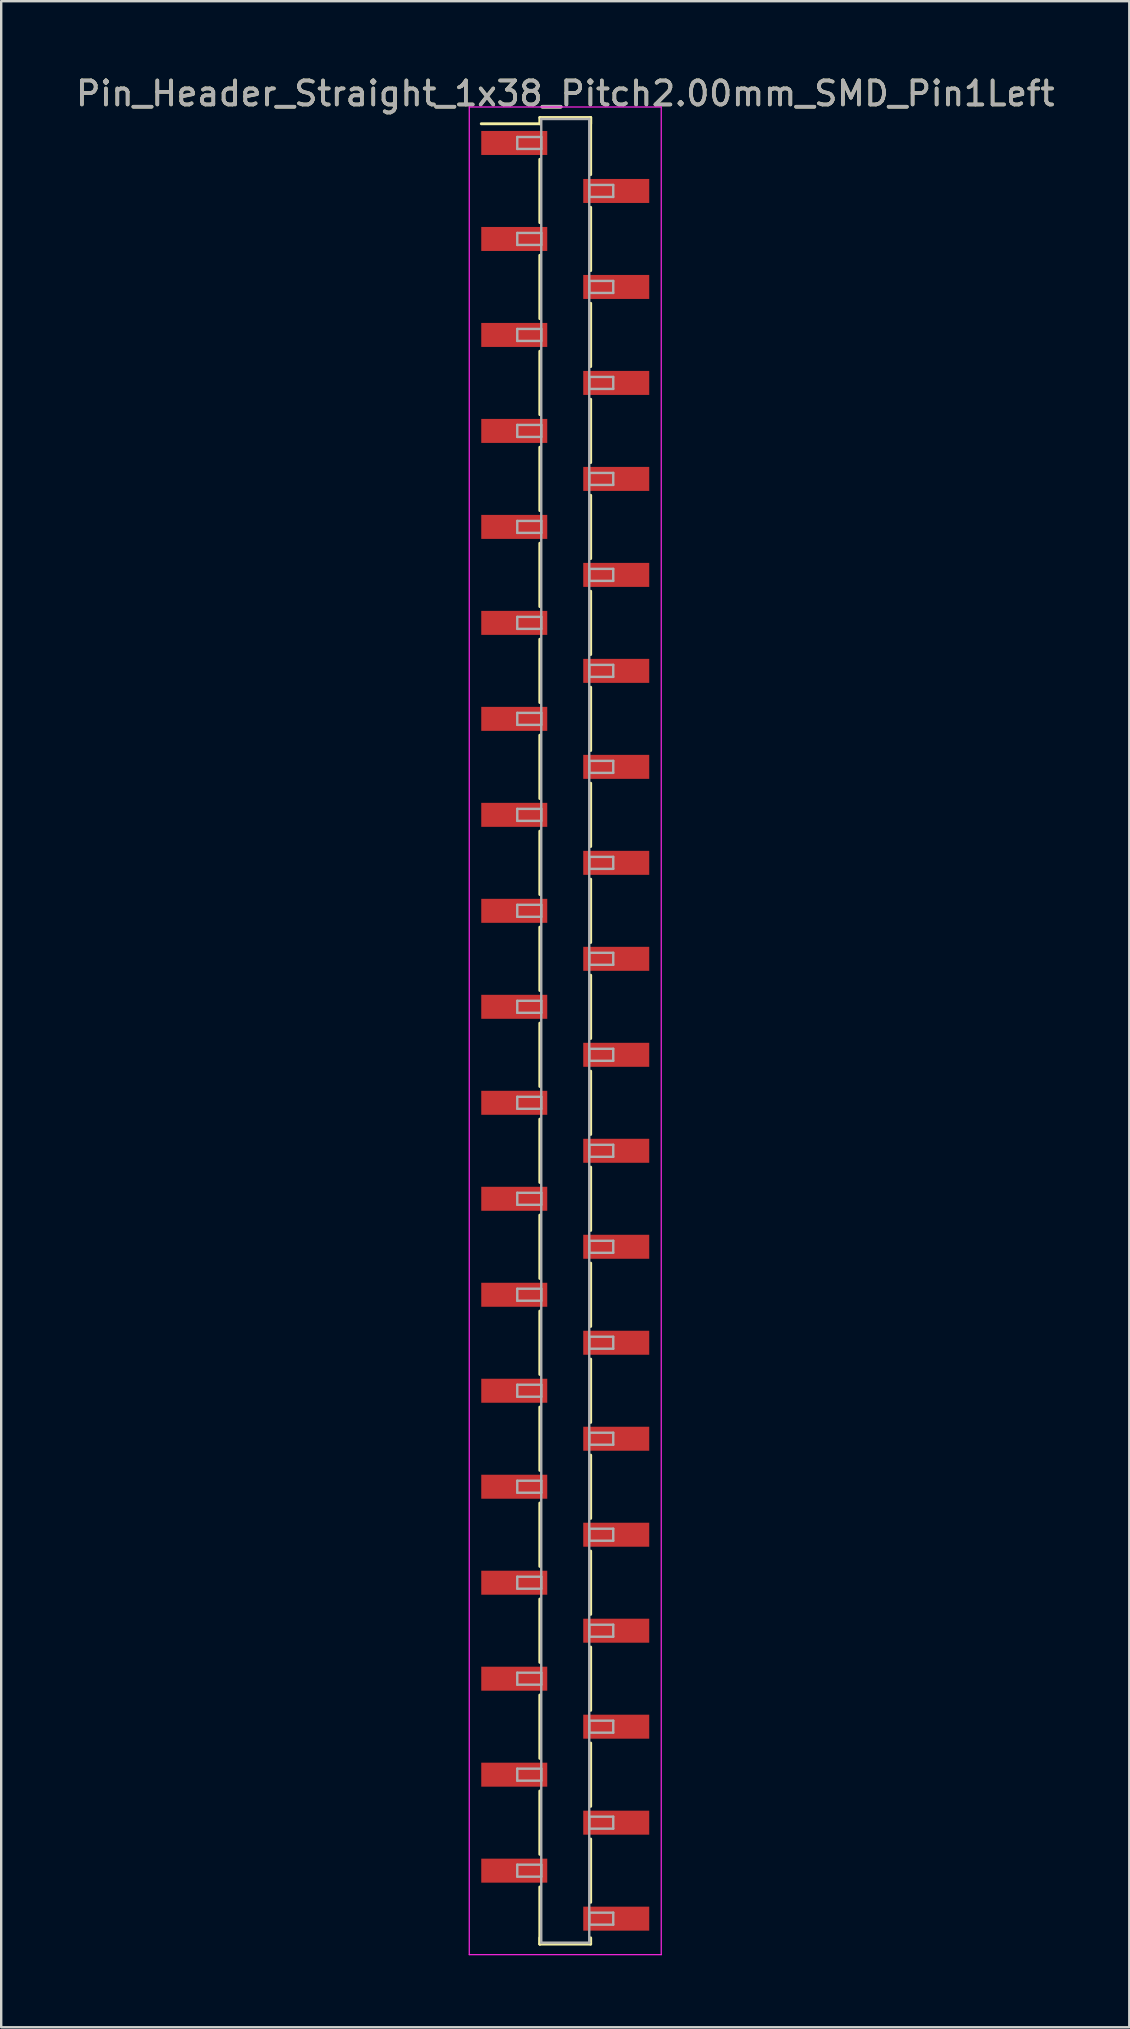
<source format=kicad_pcb>
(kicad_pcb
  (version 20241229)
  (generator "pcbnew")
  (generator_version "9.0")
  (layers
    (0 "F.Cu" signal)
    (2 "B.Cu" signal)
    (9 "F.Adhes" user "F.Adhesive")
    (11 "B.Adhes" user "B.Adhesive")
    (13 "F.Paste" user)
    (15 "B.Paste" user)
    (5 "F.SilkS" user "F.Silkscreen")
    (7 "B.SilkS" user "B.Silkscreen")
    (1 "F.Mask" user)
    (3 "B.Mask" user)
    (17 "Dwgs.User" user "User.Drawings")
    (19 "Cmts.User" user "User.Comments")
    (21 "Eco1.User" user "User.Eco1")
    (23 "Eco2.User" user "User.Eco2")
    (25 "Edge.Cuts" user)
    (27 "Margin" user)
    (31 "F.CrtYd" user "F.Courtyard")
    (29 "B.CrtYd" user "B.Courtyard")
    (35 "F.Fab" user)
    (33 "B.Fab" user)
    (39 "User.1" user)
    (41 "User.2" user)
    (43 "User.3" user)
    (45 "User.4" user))
  (footprint "Pin_Header_Straight_1x38_Pitch2.00mm_SMD_Pin1Left"
    (layer "F.Cu")
    (at 20.506 39.908)
    (property "Reference" "Pin_Header_Straight_1x38_Pitch2.00mm_SMD_Pin1Left" (at 0 -39.06 0) (layer "F.SilkS") (effects (font (size 1 1) (thickness 0.15))))
    (attr smd)
    (fp_line (start -1.06 -38.06) (end 1.06 -38.06) (stroke (width 0.12) (type solid)) (layer "F.SilkS"))
    (fp_line (start -1.06 -37.8) (end -3.5 -37.8) (stroke (width 0.12) (type solid)) (layer "F.SilkS"))
    (fp_line (start -1.06 -37.8) (end -1.06 -38.06) (stroke (width 0.12) (type solid)) (layer "F.SilkS"))
    (fp_line (start -1.06 -36.32) (end -1.06 -33.68) (stroke (width 0.12) (type solid)) (layer "F.SilkS"))
    (fp_line (start -1.06 -32.32) (end -1.06 -29.68) (stroke (width 0.12) (type solid)) (layer "F.SilkS"))
    (fp_line (start -1.06 -28.32) (end -1.06 -25.68) (stroke (width 0.12) (type solid)) (layer "F.SilkS"))
    (fp_line (start -1.06 -24.32) (end -1.06 -21.68) (stroke (width 0.12) (type solid)) (layer "F.SilkS"))
    (fp_line (start -1.06 -20.32) (end -1.06 -17.68) (stroke (width 0.12) (type solid)) (layer "F.SilkS"))
    (fp_line (start -1.06 -16.32) (end -1.06 -13.68) (stroke (width 0.12) (type solid)) (layer "F.SilkS"))
    (fp_line (start -1.06 -12.32) (end -1.06 -9.68) (stroke (width 0.12) (type solid)) (layer "F.SilkS"))
    (fp_line (start -1.06 -8.32) (end -1.06 -5.68) (stroke (width 0.12) (type solid)) (layer "F.SilkS"))
    (fp_line (start -1.06 -4.32) (end -1.06 -1.68) (stroke (width 0.12) (type solid)) (layer "F.SilkS"))
    (fp_line (start -1.06 -0.32) (end -1.06 2.32) (stroke (width 0.12) (type solid)) (layer "F.SilkS"))
    (fp_line (start -1.06 3.68) (end -1.06 6.32) (stroke (width 0.12) (type solid)) (layer "F.SilkS"))
    (fp_line (start -1.06 7.68) (end -1.06 10.32) (stroke (width 0.12) (type solid)) (layer "F.SilkS"))
    (fp_line (start -1.06 11.68) (end -1.06 14.32) (stroke (width 0.12) (type solid)) (layer "F.SilkS"))
    (fp_line (start -1.06 15.68) (end -1.06 18.32) (stroke (width 0.12) (type solid)) (layer "F.SilkS"))
    (fp_line (start -1.06 19.68) (end -1.06 22.32) (stroke (width 0.12) (type solid)) (layer "F.SilkS"))
    (fp_line (start -1.06 23.68) (end -1.06 26.32) (stroke (width 0.12) (type solid)) (layer "F.SilkS"))
    (fp_line (start -1.06 27.68) (end -1.06 30.32) (stroke (width 0.12) (type solid)) (layer "F.SilkS"))
    (fp_line (start -1.06 31.68) (end -1.06 34.32) (stroke (width 0.12) (type solid)) (layer "F.SilkS"))
    (fp_line (start -1.06 35.68) (end -1.06 38.06) (stroke (width 0.12) (type solid)) (layer "F.SilkS"))
    (fp_line (start -1.06 37.8) (end -1.06 38.06) (stroke (width 0.12) (type solid)) (layer "F.SilkS"))
    (fp_line (start -1.06 38.06) (end 1.06 38.06) (stroke (width 0.12) (type solid)) (layer "F.SilkS"))
    (fp_line (start 1.06 -38.06) (end 1.06 -37.8) (stroke (width 0.12) (type solid)) (layer "F.SilkS"))
    (fp_line (start 1.06 -38.06) (end 1.06 -35.68) (stroke (width 0.12) (type solid)) (layer "F.SilkS"))
    (fp_line (start 1.06 -34.32) (end 1.06 -31.68) (stroke (width 0.12) (type solid)) (layer "F.SilkS"))
    (fp_line (start 1.06 -30.32) (end 1.06 -27.68) (stroke (width 0.12) (type solid)) (layer "F.SilkS"))
    (fp_line (start 1.06 -26.32) (end 1.06 -23.68) (stroke (width 0.12) (type solid)) (layer "F.SilkS"))
    (fp_line (start 1.06 -22.32) (end 1.06 -19.68) (stroke (width 0.12) (type solid)) (layer "F.SilkS"))
    (fp_line (start 1.06 -18.32) (end 1.06 -15.68) (stroke (width 0.12) (type solid)) (layer "F.SilkS"))
    (fp_line (start 1.06 -14.32) (end 1.06 -11.68) (stroke (width 0.12) (type solid)) (layer "F.SilkS"))
    (fp_line (start 1.06 -10.32) (end 1.06 -7.68) (stroke (width 0.12) (type solid)) (layer "F.SilkS"))
    (fp_line (start 1.06 -6.32) (end 1.06 -3.68) (stroke (width 0.12) (type solid)) (layer "F.SilkS"))
    (fp_line (start 1.06 -2.32) (end 1.06 0.32) (stroke (width 0.12) (type solid)) (layer "F.SilkS"))
    (fp_line (start 1.06 1.68) (end 1.06 4.32) (stroke (width 0.12) (type solid)) (layer "F.SilkS"))
    (fp_line (start 1.06 5.68) (end 1.06 8.32) (stroke (width 0.12) (type solid)) (layer "F.SilkS"))
    (fp_line (start 1.06 9.68) (end 1.06 12.32) (stroke (width 0.12) (type solid)) (layer "F.SilkS"))
    (fp_line (start 1.06 13.68) (end 1.06 16.32) (stroke (width 0.12) (type solid)) (layer "F.SilkS"))
    (fp_line (start 1.06 17.68) (end 1.06 20.32) (stroke (width 0.12) (type solid)) (layer "F.SilkS"))
    (fp_line (start 1.06 21.68) (end 1.06 24.32) (stroke (width 0.12) (type solid)) (layer "F.SilkS"))
    (fp_line (start 1.06 25.68) (end 1.06 28.32) (stroke (width 0.12) (type solid)) (layer "F.SilkS"))
    (fp_line (start 1.06 29.68) (end 1.06 32.32) (stroke (width 0.12) (type solid)) (layer "F.SilkS"))
    (fp_line (start 1.06 33.68) (end 1.06 36.32) (stroke (width 0.12) (type solid)) (layer "F.SilkS"))
    (fp_line (start 1.06 38.06) (end 1.06 37.8) (stroke (width 0.12) (type solid)) (layer "F.SilkS"))
    (fp_line (start -4 -38.5) (end -4 38.5) (stroke (width 0.05) (type solid)) (layer "F.CrtYd"))
    (fp_line (start -4 38.5) (end 4 38.5) (stroke (width 0.05) (type solid)) (layer "F.CrtYd"))
    (fp_line (start 4 -38.5) (end -4 -38.5) (stroke (width 0.05) (type solid)) (layer "F.CrtYd"))
    (fp_line (start 4 38.5) (end 4 -38.5) (stroke (width 0.05) (type solid)) (layer "F.CrtYd"))
    (fp_line (start -2 -37.25) (end -1 -37.25) (stroke (width 0.1) (type solid)) (layer "F.Fab"))
    (fp_line (start -2 -36.75) (end -2 -37.25) (stroke (width 0.1) (type solid)) (layer "F.Fab"))
    (fp_line (start -2 -33.25) (end -1 -33.25) (stroke (width 0.1) (type solid)) (layer "F.Fab"))
    (fp_line (start -2 -32.75) (end -2 -33.25) (stroke (width 0.1) (type solid)) (layer "F.Fab"))
    (fp_line (start -2 -29.25) (end -1 -29.25) (stroke (width 0.1) (type solid)) (layer "F.Fab"))
    (fp_line (start -2 -28.75) (end -2 -29.25) (stroke (width 0.1) (type solid)) (layer "F.Fab"))
    (fp_line (start -2 -25.25) (end -1 -25.25) (stroke (width 0.1) (type solid)) (layer "F.Fab"))
    (fp_line (start -2 -24.75) (end -2 -25.25) (stroke (width 0.1) (type solid)) (layer "F.Fab"))
    (fp_line (start -2 -21.25) (end -1 -21.25) (stroke (width 0.1) (type solid)) (layer "F.Fab"))
    (fp_line (start -2 -20.75) (end -2 -21.25) (stroke (width 0.1) (type solid)) (layer "F.Fab"))
    (fp_line (start -2 -17.25) (end -1 -17.25) (stroke (width 0.1) (type solid)) (layer "F.Fab"))
    (fp_line (start -2 -16.75) (end -2 -17.25) (stroke (width 0.1) (type solid)) (layer "F.Fab"))
    (fp_line (start -2 -13.25) (end -1 -13.25) (stroke (width 0.1) (type solid)) (layer "F.Fab"))
    (fp_line (start -2 -12.75) (end -2 -13.25) (stroke (width 0.1) (type solid)) (layer "F.Fab"))
    (fp_line (start -2 -9.25) (end -1 -9.25) (stroke (width 0.1) (type solid)) (layer "F.Fab"))
    (fp_line (start -2 -8.75) (end -2 -9.25) (stroke (width 0.1) (type solid)) (layer "F.Fab"))
    (fp_line (start -2 -5.25) (end -1 -5.25) (stroke (width 0.1) (type solid)) (layer "F.Fab"))
    (fp_line (start -2 -4.75) (end -2 -5.25) (stroke (width 0.1) (type solid)) (layer "F.Fab"))
    (fp_line (start -2 -1.25) (end -1 -1.25) (stroke (width 0.1) (type solid)) (layer "F.Fab"))
    (fp_line (start -2 -0.75) (end -2 -1.25) (stroke (width 0.1) (type solid)) (layer "F.Fab"))
    (fp_line (start -2 2.75) (end -1 2.75) (stroke (width 0.1) (type solid)) (layer "F.Fab"))
    (fp_line (start -2 3.25) (end -2 2.75) (stroke (width 0.1) (type solid)) (layer "F.Fab"))
    (fp_line (start -2 6.75) (end -1 6.75) (stroke (width 0.1) (type solid)) (layer "F.Fab"))
    (fp_line (start -2 7.25) (end -2 6.75) (stroke (width 0.1) (type solid)) (layer "F.Fab"))
    (fp_line (start -2 10.75) (end -1 10.75) (stroke (width 0.1) (type solid)) (layer "F.Fab"))
    (fp_line (start -2 11.25) (end -2 10.75) (stroke (width 0.1) (type solid)) (layer "F.Fab"))
    (fp_line (start -2 14.75) (end -1 14.75) (stroke (width 0.1) (type solid)) (layer "F.Fab"))
    (fp_line (start -2 15.25) (end -2 14.75) (stroke (width 0.1) (type solid)) (layer "F.Fab"))
    (fp_line (start -2 18.75) (end -1 18.75) (stroke (width 0.1) (type solid)) (layer "F.Fab"))
    (fp_line (start -2 19.25) (end -2 18.75) (stroke (width 0.1) (type solid)) (layer "F.Fab"))
    (fp_line (start -2 22.75) (end -1 22.75) (stroke (width 0.1) (type solid)) (layer "F.Fab"))
    (fp_line (start -2 23.25) (end -2 22.75) (stroke (width 0.1) (type solid)) (layer "F.Fab"))
    (fp_line (start -2 26.75) (end -1 26.75) (stroke (width 0.1) (type solid)) (layer "F.Fab"))
    (fp_line (start -2 27.25) (end -2 26.75) (stroke (width 0.1) (type solid)) (layer "F.Fab"))
    (fp_line (start -2 30.75) (end -1 30.75) (stroke (width 0.1) (type solid)) (layer "F.Fab"))
    (fp_line (start -2 31.25) (end -2 30.75) (stroke (width 0.1) (type solid)) (layer "F.Fab"))
    (fp_line (start -2 34.75) (end -1 34.75) (stroke (width 0.1) (type solid)) (layer "F.Fab"))
    (fp_line (start -2 35.25) (end -2 34.75) (stroke (width 0.1) (type solid)) (layer "F.Fab"))
    (fp_line (start -1 -38) (end -1 38) (stroke (width 0.1) (type solid)) (layer "F.Fab"))
    (fp_line (start -1 -37.25) (end -1 -36.75) (stroke (width 0.1) (type solid)) (layer "F.Fab"))
    (fp_line (start -1 -36.75) (end -2 -36.75) (stroke (width 0.1) (type solid)) (layer "F.Fab"))
    (fp_line (start -1 -33.25) (end -1 -32.75) (stroke (width 0.1) (type solid)) (layer "F.Fab"))
    (fp_line (start -1 -32.75) (end -2 -32.75) (stroke (width 0.1) (type solid)) (layer "F.Fab"))
    (fp_line (start -1 -29.25) (end -1 -28.75) (stroke (width 0.1) (type solid)) (layer "F.Fab"))
    (fp_line (start -1 -28.75) (end -2 -28.75) (stroke (width 0.1) (type solid)) (layer "F.Fab"))
    (fp_line (start -1 -25.25) (end -1 -24.75) (stroke (width 0.1) (type solid)) (layer "F.Fab"))
    (fp_line (start -1 -24.75) (end -2 -24.75) (stroke (width 0.1) (type solid)) (layer "F.Fab"))
    (fp_line (start -1 -21.25) (end -1 -20.75) (stroke (width 0.1) (type solid)) (layer "F.Fab"))
    (fp_line (start -1 -20.75) (end -2 -20.75) (stroke (width 0.1) (type solid)) (layer "F.Fab"))
    (fp_line (start -1 -17.25) (end -1 -16.75) (stroke (width 0.1) (type solid)) (layer "F.Fab"))
    (fp_line (start -1 -16.75) (end -2 -16.75) (stroke (width 0.1) (type solid)) (layer "F.Fab"))
    (fp_line (start -1 -13.25) (end -1 -12.75) (stroke (width 0.1) (type solid)) (layer "F.Fab"))
    (fp_line (start -1 -12.75) (end -2 -12.75) (stroke (width 0.1) (type solid)) (layer "F.Fab"))
    (fp_line (start -1 -9.25) (end -1 -8.75) (stroke (width 0.1) (type solid)) (layer "F.Fab"))
    (fp_line (start -1 -8.75) (end -2 -8.75) (stroke (width 0.1) (type solid)) (layer "F.Fab"))
    (fp_line (start -1 -5.25) (end -1 -4.75) (stroke (width 0.1) (type solid)) (layer "F.Fab"))
    (fp_line (start -1 -4.75) (end -2 -4.75) (stroke (width 0.1) (type solid)) (layer "F.Fab"))
    (fp_line (start -1 -1.25) (end -1 -0.75) (stroke (width 0.1) (type solid)) (layer "F.Fab"))
    (fp_line (start -1 -0.75) (end -2 -0.75) (stroke (width 0.1) (type solid)) (layer "F.Fab"))
    (fp_line (start -1 2.75) (end -1 3.25) (stroke (width 0.1) (type solid)) (layer "F.Fab"))
    (fp_line (start -1 3.25) (end -2 3.25) (stroke (width 0.1) (type solid)) (layer "F.Fab"))
    (fp_line (start -1 6.75) (end -1 7.25) (stroke (width 0.1) (type solid)) (layer "F.Fab"))
    (fp_line (start -1 7.25) (end -2 7.25) (stroke (width 0.1) (type solid)) (layer "F.Fab"))
    (fp_line (start -1 10.75) (end -1 11.25) (stroke (width 0.1) (type solid)) (layer "F.Fab"))
    (fp_line (start -1 11.25) (end -2 11.25) (stroke (width 0.1) (type solid)) (layer "F.Fab"))
    (fp_line (start -1 14.75) (end -1 15.25) (stroke (width 0.1) (type solid)) (layer "F.Fab"))
    (fp_line (start -1 15.25) (end -2 15.25) (stroke (width 0.1) (type solid)) (layer "F.Fab"))
    (fp_line (start -1 18.75) (end -1 19.25) (stroke (width 0.1) (type solid)) (layer "F.Fab"))
    (fp_line (start -1 19.25) (end -2 19.25) (stroke (width 0.1) (type solid)) (layer "F.Fab"))
    (fp_line (start -1 22.75) (end -1 23.25) (stroke (width 0.1) (type solid)) (layer "F.Fab"))
    (fp_line (start -1 23.25) (end -2 23.25) (stroke (width 0.1) (type solid)) (layer "F.Fab"))
    (fp_line (start -1 26.75) (end -1 27.25) (stroke (width 0.1) (type solid)) (layer "F.Fab"))
    (fp_line (start -1 27.25) (end -2 27.25) (stroke (width 0.1) (type solid)) (layer "F.Fab"))
    (fp_line (start -1 30.75) (end -1 31.25) (stroke (width 0.1) (type solid)) (layer "F.Fab"))
    (fp_line (start -1 31.25) (end -2 31.25) (stroke (width 0.1) (type solid)) (layer "F.Fab"))
    (fp_line (start -1 34.75) (end -1 35.25) (stroke (width 0.1) (type solid)) (layer "F.Fab"))
    (fp_line (start -1 35.25) (end -2 35.25) (stroke (width 0.1) (type solid)) (layer "F.Fab"))
    (fp_line (start -1 38) (end 1 38) (stroke (width 0.1) (type solid)) (layer "F.Fab"))
    (fp_line (start 1 -38) (end -1 -38) (stroke (width 0.1) (type solid)) (layer "F.Fab"))
    (fp_line (start 1 -35.25) (end 1 -34.75) (stroke (width 0.1) (type solid)) (layer "F.Fab"))
    (fp_line (start 1 -34.75) (end 2 -34.75) (stroke (width 0.1) (type solid)) (layer "F.Fab"))
    (fp_line (start 1 -31.25) (end 1 -30.75) (stroke (width 0.1) (type solid)) (layer "F.Fab"))
    (fp_line (start 1 -30.75) (end 2 -30.75) (stroke (width 0.1) (type solid)) (layer "F.Fab"))
    (fp_line (start 1 -27.25) (end 1 -26.75) (stroke (width 0.1) (type solid)) (layer "F.Fab"))
    (fp_line (start 1 -26.75) (end 2 -26.75) (stroke (width 0.1) (type solid)) (layer "F.Fab"))
    (fp_line (start 1 -23.25) (end 1 -22.75) (stroke (width 0.1) (type solid)) (layer "F.Fab"))
    (fp_line (start 1 -22.75) (end 2 -22.75) (stroke (width 0.1) (type solid)) (layer "F.Fab"))
    (fp_line (start 1 -19.25) (end 1 -18.75) (stroke (width 0.1) (type solid)) (layer "F.Fab"))
    (fp_line (start 1 -18.75) (end 2 -18.75) (stroke (width 0.1) (type solid)) (layer "F.Fab"))
    (fp_line (start 1 -15.25) (end 1 -14.75) (stroke (width 0.1) (type solid)) (layer "F.Fab"))
    (fp_line (start 1 -14.75) (end 2 -14.75) (stroke (width 0.1) (type solid)) (layer "F.Fab"))
    (fp_line (start 1 -11.25) (end 1 -10.75) (stroke (width 0.1) (type solid)) (layer "F.Fab"))
    (fp_line (start 1 -10.75) (end 2 -10.75) (stroke (width 0.1) (type solid)) (layer "F.Fab"))
    (fp_line (start 1 -7.25) (end 1 -6.75) (stroke (width 0.1) (type solid)) (layer "F.Fab"))
    (fp_line (start 1 -6.75) (end 2 -6.75) (stroke (width 0.1) (type solid)) (layer "F.Fab"))
    (fp_line (start 1 -3.25) (end 1 -2.75) (stroke (width 0.1) (type solid)) (layer "F.Fab"))
    (fp_line (start 1 -2.75) (end 2 -2.75) (stroke (width 0.1) (type solid)) (layer "F.Fab"))
    (fp_line (start 1 0.75) (end 1 1.25) (stroke (width 0.1) (type solid)) (layer "F.Fab"))
    (fp_line (start 1 1.25) (end 2 1.25) (stroke (width 0.1) (type solid)) (layer "F.Fab"))
    (fp_line (start 1 4.75) (end 1 5.25) (stroke (width 0.1) (type solid)) (layer "F.Fab"))
    (fp_line (start 1 5.25) (end 2 5.25) (stroke (width 0.1) (type solid)) (layer "F.Fab"))
    (fp_line (start 1 8.75) (end 1 9.25) (stroke (width 0.1) (type solid)) (layer "F.Fab"))
    (fp_line (start 1 9.25) (end 2 9.25) (stroke (width 0.1) (type solid)) (layer "F.Fab"))
    (fp_line (start 1 12.75) (end 1 13.25) (stroke (width 0.1) (type solid)) (layer "F.Fab"))
    (fp_line (start 1 13.25) (end 2 13.25) (stroke (width 0.1) (type solid)) (layer "F.Fab"))
    (fp_line (start 1 16.75) (end 1 17.25) (stroke (width 0.1) (type solid)) (layer "F.Fab"))
    (fp_line (start 1 17.25) (end 2 17.25) (stroke (width 0.1) (type solid)) (layer "F.Fab"))
    (fp_line (start 1 20.75) (end 1 21.25) (stroke (width 0.1) (type solid)) (layer "F.Fab"))
    (fp_line (start 1 21.25) (end 2 21.25) (stroke (width 0.1) (type solid)) (layer "F.Fab"))
    (fp_line (start 1 24.75) (end 1 25.25) (stroke (width 0.1) (type solid)) (layer "F.Fab"))
    (fp_line (start 1 25.25) (end 2 25.25) (stroke (width 0.1) (type solid)) (layer "F.Fab"))
    (fp_line (start 1 28.75) (end 1 29.25) (stroke (width 0.1) (type solid)) (layer "F.Fab"))
    (fp_line (start 1 29.25) (end 2 29.25) (stroke (width 0.1) (type solid)) (layer "F.Fab"))
    (fp_line (start 1 32.75) (end 1 33.25) (stroke (width 0.1) (type solid)) (layer "F.Fab"))
    (fp_line (start 1 33.25) (end 2 33.25) (stroke (width 0.1) (type solid)) (layer "F.Fab"))
    (fp_line (start 1 36.75) (end 1 37.25) (stroke (width 0.1) (type solid)) (layer "F.Fab"))
    (fp_line (start 1 37.25) (end 2 37.25) (stroke (width 0.1) (type solid)) (layer "F.Fab"))
    (fp_line (start 1 38) (end 1 -38) (stroke (width 0.1) (type solid)) (layer "F.Fab"))
    (fp_line (start 2 -35.25) (end 1 -35.25) (stroke (width 0.1) (type solid)) (layer "F.Fab"))
    (fp_line (start 2 -34.75) (end 2 -35.25) (stroke (width 0.1) (type solid)) (layer "F.Fab"))
    (fp_line (start 2 -31.25) (end 1 -31.25) (stroke (width 0.1) (type solid)) (layer "F.Fab"))
    (fp_line (start 2 -30.75) (end 2 -31.25) (stroke (width 0.1) (type solid)) (layer "F.Fab"))
    (fp_line (start 2 -27.25) (end 1 -27.25) (stroke (width 0.1) (type solid)) (layer "F.Fab"))
    (fp_line (start 2 -26.75) (end 2 -27.25) (stroke (width 0.1) (type solid)) (layer "F.Fab"))
    (fp_line (start 2 -23.25) (end 1 -23.25) (stroke (width 0.1) (type solid)) (layer "F.Fab"))
    (fp_line (start 2 -22.75) (end 2 -23.25) (stroke (width 0.1) (type solid)) (layer "F.Fab"))
    (fp_line (start 2 -19.25) (end 1 -19.25) (stroke (width 0.1) (type solid)) (layer "F.Fab"))
    (fp_line (start 2 -18.75) (end 2 -19.25) (stroke (width 0.1) (type solid)) (layer "F.Fab"))
    (fp_line (start 2 -15.25) (end 1 -15.25) (stroke (width 0.1) (type solid)) (layer "F.Fab"))
    (fp_line (start 2 -14.75) (end 2 -15.25) (stroke (width 0.1) (type solid)) (layer "F.Fab"))
    (fp_line (start 2 -11.25) (end 1 -11.25) (stroke (width 0.1) (type solid)) (layer "F.Fab"))
    (fp_line (start 2 -10.75) (end 2 -11.25) (stroke (width 0.1) (type solid)) (layer "F.Fab"))
    (fp_line (start 2 -7.25) (end 1 -7.25) (stroke (width 0.1) (type solid)) (layer "F.Fab"))
    (fp_line (start 2 -6.75) (end 2 -7.25) (stroke (width 0.1) (type solid)) (layer "F.Fab"))
    (fp_line (start 2 -3.25) (end 1 -3.25) (stroke (width 0.1) (type solid)) (layer "F.Fab"))
    (fp_line (start 2 -2.75) (end 2 -3.25) (stroke (width 0.1) (type solid)) (layer "F.Fab"))
    (fp_line (start 2 0.75) (end 1 0.75) (stroke (width 0.1) (type solid)) (layer "F.Fab"))
    (fp_line (start 2 1.25) (end 2 0.75) (stroke (width 0.1) (type solid)) (layer "F.Fab"))
    (fp_line (start 2 4.75) (end 1 4.75) (stroke (width 0.1) (type solid)) (layer "F.Fab"))
    (fp_line (start 2 5.25) (end 2 4.75) (stroke (width 0.1) (type solid)) (layer "F.Fab"))
    (fp_line (start 2 8.75) (end 1 8.75) (stroke (width 0.1) (type solid)) (layer "F.Fab"))
    (fp_line (start 2 9.25) (end 2 8.75) (stroke (width 0.1) (type solid)) (layer "F.Fab"))
    (fp_line (start 2 12.75) (end 1 12.75) (stroke (width 0.1) (type solid)) (layer "F.Fab"))
    (fp_line (start 2 13.25) (end 2 12.75) (stroke (width 0.1) (type solid)) (layer "F.Fab"))
    (fp_line (start 2 16.75) (end 1 16.75) (stroke (width 0.1) (type solid)) (layer "F.Fab"))
    (fp_line (start 2 17.25) (end 2 16.75) (stroke (width 0.1) (type solid)) (layer "F.Fab"))
    (fp_line (start 2 20.75) (end 1 20.75) (stroke (width 0.1) (type solid)) (layer "F.Fab"))
    (fp_line (start 2 21.25) (end 2 20.75) (stroke (width 0.1) (type solid)) (layer "F.Fab"))
    (fp_line (start 2 24.75) (end 1 24.75) (stroke (width 0.1) (type solid)) (layer "F.Fab"))
    (fp_line (start 2 25.25) (end 2 24.75) (stroke (width 0.1) (type solid)) (layer "F.Fab"))
    (fp_line (start 2 28.75) (end 1 28.75) (stroke (width 0.1) (type solid)) (layer "F.Fab"))
    (fp_line (start 2 29.25) (end 2 28.75) (stroke (width 0.1) (type solid)) (layer "F.Fab"))
    (fp_line (start 2 32.75) (end 1 32.75) (stroke (width 0.1) (type solid)) (layer "F.Fab"))
    (fp_line (start 2 33.25) (end 2 32.75) (stroke (width 0.1) (type solid)) (layer "F.Fab"))
    (fp_line (start 2 36.75) (end 1 36.75) (stroke (width 0.1) (type solid)) (layer "F.Fab"))
    (fp_line (start 2 37.25) (end 2 36.75) (stroke (width 0.1) (type solid)) (layer "F.Fab"))
    (fp_text user "${REFERENCE}" (at 0 -39.06 0) (layer "F.Fab") (effects (font (size 1 1) (thickness 0.15))))
    (pad "1" smd rect (at -2.125 -37) (size 2.75 1) (layers "F.Cu" "F.Mask" "F.Paste"))
    (pad "2" smd rect (at 2.125 -35) (size 2.75 1) (layers "F.Cu" "F.Mask" "F.Paste"))
    (pad "3" smd rect (at -2.125 -33) (size 2.75 1) (layers "F.Cu" "F.Mask" "F.Paste"))
    (pad "4" smd rect (at 2.125 -31) (size 2.75 1) (layers "F.Cu" "F.Mask" "F.Paste"))
    (pad "5" smd rect (at -2.125 -29) (size 2.75 1) (layers "F.Cu" "F.Mask" "F.Paste"))
    (pad "6" smd rect (at 2.125 -27) (size 2.75 1) (layers "F.Cu" "F.Mask" "F.Paste"))
    (pad "7" smd rect (at -2.125 -25) (size 2.75 1) (layers "F.Cu" "F.Mask" "F.Paste"))
    (pad "8" smd rect (at 2.125 -23) (size 2.75 1) (layers "F.Cu" "F.Mask" "F.Paste"))
    (pad "9" smd rect (at -2.125 -21) (size 2.75 1) (layers "F.Cu" "F.Mask" "F.Paste"))
    (pad "10" smd rect (at 2.125 -19) (size 2.75 1) (layers "F.Cu" "F.Mask" "F.Paste"))
    (pad "11" smd rect (at -2.125 -17) (size 2.75 1) (layers "F.Cu" "F.Mask" "F.Paste"))
    (pad "12" smd rect (at 2.125 -15) (size 2.75 1) (layers "F.Cu" "F.Mask" "F.Paste"))
    (pad "13" smd rect (at -2.125 -13) (size 2.75 1) (layers "F.Cu" "F.Mask" "F.Paste"))
    (pad "14" smd rect (at 2.125 -11) (size 2.75 1) (layers "F.Cu" "F.Mask" "F.Paste"))
    (pad "15" smd rect (at -2.125 -9) (size 2.75 1) (layers "F.Cu" "F.Mask" "F.Paste"))
    (pad "16" smd rect (at 2.125 -7) (size 2.75 1) (layers "F.Cu" "F.Mask" "F.Paste"))
    (pad "17" smd rect (at -2.125 -5) (size 2.75 1) (layers "F.Cu" "F.Mask" "F.Paste"))
    (pad "18" smd rect (at 2.125 -3) (size 2.75 1) (layers "F.Cu" "F.Mask" "F.Paste"))
    (pad "19" smd rect (at -2.125 -1) (size 2.75 1) (layers "F.Cu" "F.Mask" "F.Paste"))
    (pad "20" smd rect (at 2.125 1) (size 2.75 1) (layers "F.Cu" "F.Mask" "F.Paste"))
    (pad "21" smd rect (at -2.125 3) (size 2.75 1) (layers "F.Cu" "F.Mask" "F.Paste"))
    (pad "22" smd rect (at 2.125 5) (size 2.75 1) (layers "F.Cu" "F.Mask" "F.Paste"))
    (pad "23" smd rect (at -2.125 7) (size 2.75 1) (layers "F.Cu" "F.Mask" "F.Paste"))
    (pad "24" smd rect (at 2.125 9) (size 2.75 1) (layers "F.Cu" "F.Mask" "F.Paste"))
    (pad "25" smd rect (at -2.125 11) (size 2.75 1) (layers "F.Cu" "F.Mask" "F.Paste"))
    (pad "26" smd rect (at 2.125 13) (size 2.75 1) (layers "F.Cu" "F.Mask" "F.Paste"))
    (pad "27" smd rect (at -2.125 15) (size 2.75 1) (layers "F.Cu" "F.Mask" "F.Paste"))
    (pad "28" smd rect (at 2.125 17) (size 2.75 1) (layers "F.Cu" "F.Mask" "F.Paste"))
    (pad "29" smd rect (at -2.125 19) (size 2.75 1) (layers "F.Cu" "F.Mask" "F.Paste"))
    (pad "30" smd rect (at 2.125 21) (size 2.75 1) (layers "F.Cu" "F.Mask" "F.Paste"))
    (pad "31" smd rect (at -2.125 23) (size 2.75 1) (layers "F.Cu" "F.Mask" "F.Paste"))
    (pad "32" smd rect (at 2.125 25) (size 2.75 1) (layers "F.Cu" "F.Mask" "F.Paste"))
    (pad "33" smd rect (at -2.125 27) (size 2.75 1) (layers "F.Cu" "F.Mask" "F.Paste"))
    (pad "34" smd rect (at 2.125 29) (size 2.75 1) (layers "F.Cu" "F.Mask" "F.Paste"))
    (pad "35" smd rect (at -2.125 31) (size 2.75 1) (layers "F.Cu" "F.Mask" "F.Paste"))
    (pad "36" smd rect (at 2.125 33) (size 2.75 1) (layers "F.Cu" "F.Mask" "F.Paste"))
    (pad "37" smd rect (at -2.125 35) (size 2.75 1) (layers "F.Cu" "F.Mask" "F.Paste"))
    (pad "38" smd rect (at 2.125 37) (size 2.75 1) (layers "F.Cu" "F.Mask" "F.Paste")))
  (gr_rect
    (start -3 -3)
    (end 44.012 81.433)
    (stroke (width 0.1) (type default))
    (fill no)
    (layer "Edge.Cuts")))
</source>
